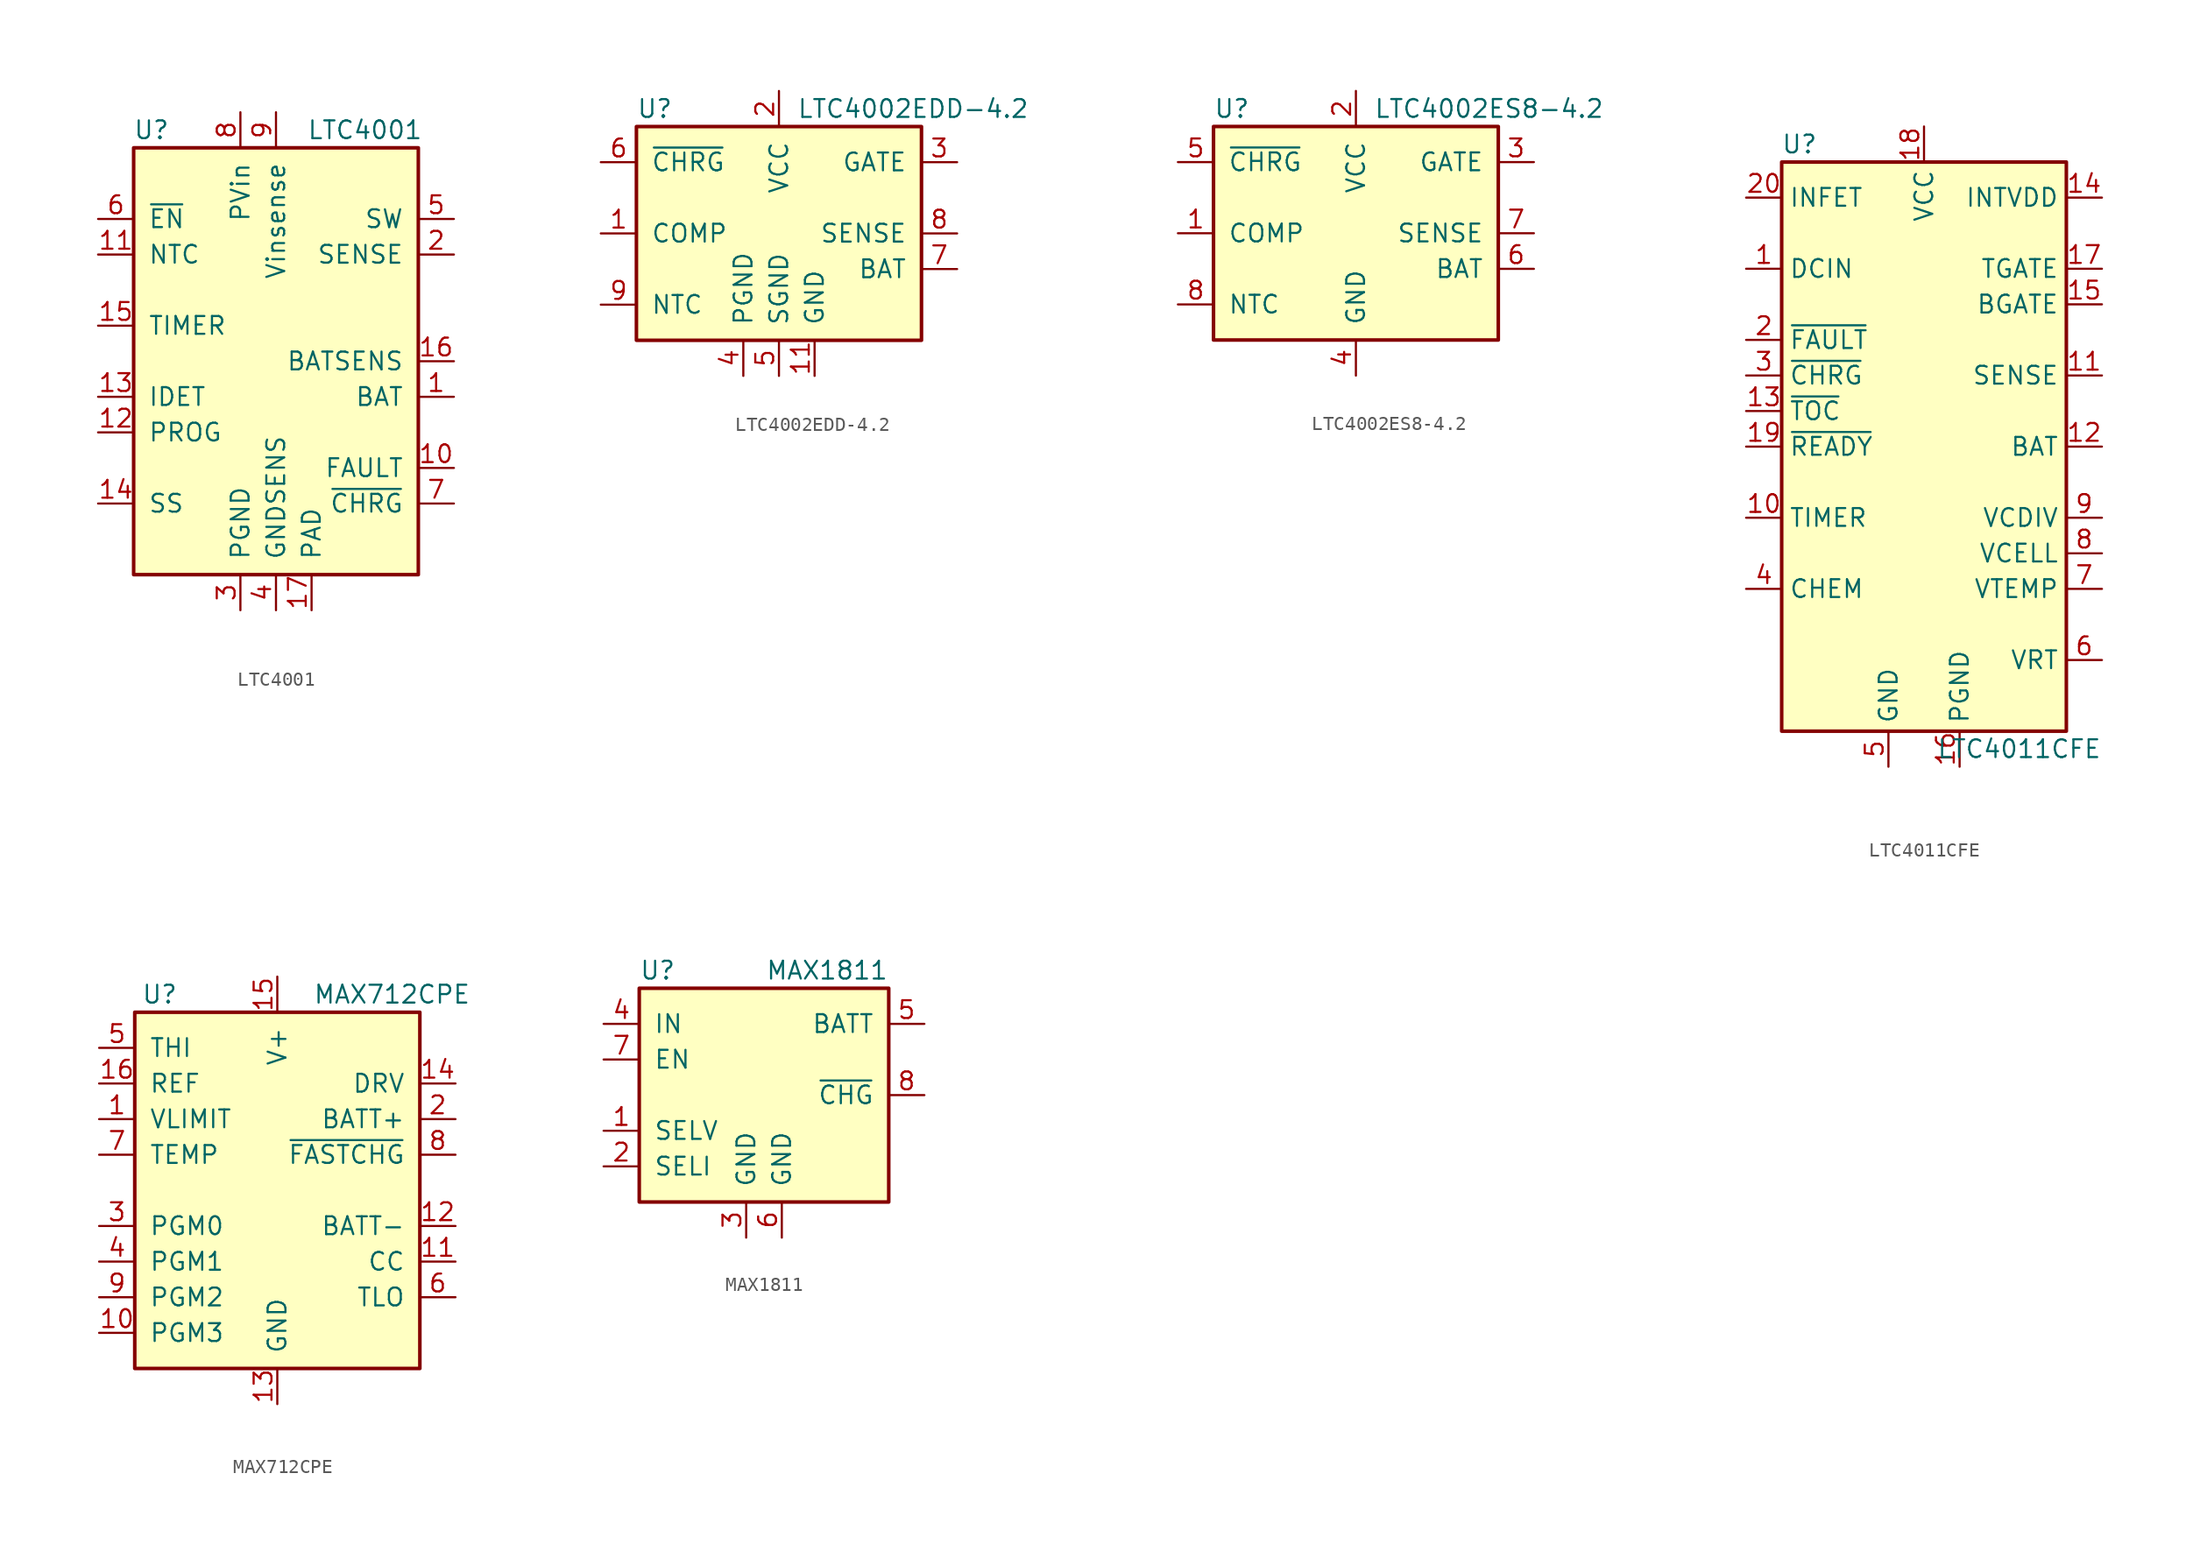
<source format=kicad_sym>
(kicad_symbol_lib
  (version 20220914)
  (generator kicad_symbol_editor)
  (symbol "LTC4001"
    (pin_names
      (offset 1.016))
    (property "Reference" "U"
      (at -8.89 16.51 0)
      (effects (font (size 1.27 1.27))))
    (property "Value" "LTC4001"
      (at 6.35 16.51 0)
      (effects (font (size 1.27 1.27))))
    (symbol "LTC4001_0_1"
      (rectangle (start -10.16 15.24) (end 10.16 -15.24) (stroke (width 0.254) (type default)) (fill (type background))))
    (symbol "LTC4001_1_1"
      (pin output line (at 12.7 -2.54 180) (length 2.54) (name "BAT" (effects (font (size 1.27 1.27)))) (number "1" (effects (font (size 1.27 1.27)))))
      (pin output line (at 12.7 -7.62 180) (length 2.54) (name "FAULT" (effects (font (size 1.27 1.27)))) (number "10" (effects (font (size 1.27 1.27)))))
      (pin input line (at -12.7 7.62 0) (length 2.54) (name "NTC" (effects (font (size 1.27 1.27)))) (number "11" (effects (font (size 1.27 1.27)))))
      (pin input line (at -12.7 -5.08 0) (length 2.54) (name "PROG" (effects (font (size 1.27 1.27)))) (number "12" (effects (font (size 1.27 1.27)))))
      (pin input line (at -12.7 -2.54 0) (length 2.54) (name "IDET" (effects (font (size 1.27 1.27)))) (number "13" (effects (font (size 1.27 1.27)))))
      (pin input line (at -12.7 -10.16 0) (length 2.54) (name "SS" (effects (font (size 1.27 1.27)))) (number "14" (effects (font (size 1.27 1.27)))))
      (pin input line (at -12.7 2.54 0) (length 2.54) (name "TIMER" (effects (font (size 1.27 1.27)))) (number "15" (effects (font (size 1.27 1.27)))))
      (pin input line (at 12.7 0 180) (length 2.54) (name "BATSENS" (effects (font (size 1.27 1.27)))) (number "16" (effects (font (size 1.27 1.27)))))
      (pin power_in line (at 2.54 -17.78 90) (length 2.54) (name "PAD" (effects (font (size 1.27 1.27)))) (number "17" (effects (font (size 1.27 1.27)))))
      (pin input line (at 12.7 7.62 180) (length 2.54) (name "SENSE" (effects (font (size 1.27 1.27)))) (number "2" (effects (font (size 1.27 1.27)))))
      (pin power_in line (at -2.54 -17.78 90) (length 2.54) (name "PGND" (effects (font (size 1.27 1.27)))) (number "3" (effects (font (size 1.27 1.27)))))
      (pin power_in line (at 0 -17.78 90) (length 2.54) (name "GNDSENS" (effects (font (size 1.27 1.27)))) (number "4" (effects (font (size 1.27 1.27)))))
      (pin output line (at 12.7 10.16 180) (length 2.54) (name "SW" (effects (font (size 1.27 1.27)))) (number "5" (effects (font (size 1.27 1.27)))))
      (pin input line (at -12.7 10.16 0) (length 2.54) (name "~{EN}" (effects (font (size 1.27 1.27)))) (number "6" (effects (font (size 1.27 1.27)))))
      (pin open_collector line (at 12.7 -10.16 180) (length 2.54) (name "~{CHRG}" (effects (font (size 1.27 1.27)))) (number "7" (effects (font (size 1.27 1.27)))))
      (pin power_in line (at -2.54 17.78 270) (length 2.54) (name "PVin" (effects (font (size 1.27 1.27)))) (number "8" (effects (font (size 1.27 1.27)))))
      (pin power_in line (at 0 17.78 270) (length 2.54) (name "Vinsense" (effects (font (size 1.27 1.27)))) (number "9" (effects (font (size 1.27 1.27)))))))
  (symbol "LTC4002EDD-4.2"
    (pin_names
      (offset 1.016))
    (property "Reference" "U"
      (at -10.16 8.89 0)
      (effects (font (size 1.27 1.27)) (justify left)))
    (property "Value" "LTC4002EDD-4.2"
      (at 1.27 8.89 0)
      (effects (font (size 1.27 1.27)) (justify left)))
    (symbol "LTC4002EDD-4.2_0_1"
      (rectangle (start 10.16 -7.62) (end -10.16 7.62) (stroke (width 0.254) (type default)) (fill (type background))))
    (symbol "LTC4002EDD-4.2_1_1"
      (pin input line (at -12.7 0 0) (length 2.54) (name "COMP" (effects (font (size 1.27 1.27)))) (number "1" (effects (font (size 1.27 1.27)))))
      (pin no_connect line (at 5.08 -10.16 90) (length 2.54) hide (name "NC" (effects (font (size 1.27 1.27)))) (number "10" (effects (font (size 1.27 1.27)))))
      (pin power_in line (at 2.54 -10.16 90) (length 2.54) (name "GND" (effects (font (size 1.27 1.27)))) (number "11" (effects (font (size 1.27 1.27)))))
      (pin power_in line (at 0 10.16 270) (length 2.54) (name "VCC" (effects (font (size 1.27 1.27)))) (number "2" (effects (font (size 1.27 1.27)))))
      (pin output line (at 12.7 5.08 180) (length 2.54) (name "GATE" (effects (font (size 1.27 1.27)))) (number "3" (effects (font (size 1.27 1.27)))))
      (pin power_in line (at -2.54 -10.16 90) (length 2.54) (name "PGND" (effects (font (size 1.27 1.27)))) (number "4" (effects (font (size 1.27 1.27)))))
      (pin power_in line (at 0 -10.16 90) (length 2.54) (name "SGND" (effects (font (size 1.27 1.27)))) (number "5" (effects (font (size 1.27 1.27)))))
      (pin open_collector line (at -12.7 5.08 0) (length 2.54) (name "~{CHRG}" (effects (font (size 1.27 1.27)))) (number "6" (effects (font (size 1.27 1.27)))))
      (pin input line (at 12.7 -2.54 180) (length 2.54) (name "BAT" (effects (font (size 1.27 1.27)))) (number "7" (effects (font (size 1.27 1.27)))))
      (pin input line (at 12.7 0 180) (length 2.54) (name "SENSE" (effects (font (size 1.27 1.27)))) (number "8" (effects (font (size 1.27 1.27)))))
      (pin input line (at -12.7 -5.08 0) (length 2.54) (name "NTC" (effects (font (size 1.27 1.27)))) (number "9" (effects (font (size 1.27 1.27)))))))
  (symbol "LTC4002ES8-4.2"
    (pin_names
      (offset 1.016))
    (property "Reference" "U"
      (at -10.16 8.89 0)
      (effects (font (size 1.27 1.27)) (justify left)))
    (property "Value" "LTC4002ES8-4.2"
      (at 1.27 8.89 0)
      (effects (font (size 1.27 1.27)) (justify left)))
    (symbol "LTC4002ES8-4.2_0_1"
      (rectangle (start 10.16 -7.62) (end -10.16 7.62) (stroke (width 0.254) (type default)) (fill (type background))))
    (symbol "LTC4002ES8-4.2_1_1"
      (pin input line (at -12.7 0 0) (length 2.54) (name "COMP" (effects (font (size 1.27 1.27)))) (number "1" (effects (font (size 1.27 1.27)))))
      (pin power_in line (at 0 10.16 270) (length 2.54) (name "VCC" (effects (font (size 1.27 1.27)))) (number "2" (effects (font (size 1.27 1.27)))))
      (pin output line (at 12.7 5.08 180) (length 2.54) (name "GATE" (effects (font (size 1.27 1.27)))) (number "3" (effects (font (size 1.27 1.27)))))
      (pin power_in line (at 0 -10.16 90) (length 2.54) (name "GND" (effects (font (size 1.27 1.27)))) (number "4" (effects (font (size 1.27 1.27)))))
      (pin open_collector line (at -12.7 5.08 0) (length 2.54) (name "~{CHRG}" (effects (font (size 1.27 1.27)))) (number "5" (effects (font (size 1.27 1.27)))))
      (pin input line (at 12.7 -2.54 180) (length 2.54) (name "BAT" (effects (font (size 1.27 1.27)))) (number "6" (effects (font (size 1.27 1.27)))))
      (pin input line (at 12.7 0 180) (length 2.54) (name "SENSE" (effects (font (size 1.27 1.27)))) (number "7" (effects (font (size 1.27 1.27)))))
      (pin input line (at -12.7 -5.08 0) (length 2.54) (name "NTC" (effects (font (size 1.27 1.27)))) (number "8" (effects (font (size 1.27 1.27)))))))
  (symbol "LTC4011CFE"
    (property "Reference" "U"
      (at -8.89 21.59 0)
      (effects (font (size 1.27 1.27))))
    (property "Value" "LTC4011CFE"
      (at 12.7 -21.59 0)
      (effects (font (size 1.27 1.27)) (justify right)))
    (symbol "LTC4011CFE_0_1"
      (rectangle (start -10.16 20.32) (end 10.16 -20.32) (stroke (width 0.254) (type default)) (fill (type background))))
    (symbol "LTC4011CFE_1_1"
      (pin input line (at -12.7 12.7 0) (length 2.54) (name "DCIN" (effects (font (size 1.27 1.27)))) (number "1" (effects (font (size 1.27 1.27)))))
      (pin passive line (at -12.7 -5.08 0) (length 2.54) (name "TIMER" (effects (font (size 1.27 1.27)))) (number "10" (effects (font (size 1.27 1.27)))))
      (pin input line (at 12.7 5.08 180) (length 2.54) (name "SENSE" (effects (font (size 1.27 1.27)))) (number "11" (effects (font (size 1.27 1.27)))))
      (pin power_out line (at 12.7 0 180) (length 2.54) (name "BAT" (effects (font (size 1.27 1.27)))) (number "12" (effects (font (size 1.27 1.27)))))
      (pin open_collector line (at -12.7 2.54 0) (length 2.54) (name "~{TOC}" (effects (font (size 1.27 1.27)))) (number "13" (effects (font (size 1.27 1.27)))))
      (pin power_out line (at 12.7 17.78 180) (length 2.54) (name "INTVDD" (effects (font (size 1.27 1.27)))) (number "14" (effects (font (size 1.27 1.27)))))
      (pin output line (at 12.7 10.16 180) (length 2.54) (name "BGATE" (effects (font (size 1.27 1.27)))) (number "15" (effects (font (size 1.27 1.27)))))
      (pin power_in line (at 2.54 -22.86 90) (length 2.54) (name "PGND" (effects (font (size 1.27 1.27)))) (number "16" (effects (font (size 1.27 1.27)))))
      (pin output line (at 12.7 12.7 180) (length 2.54) (name "TGATE" (effects (font (size 1.27 1.27)))) (number "17" (effects (font (size 1.27 1.27)))))
      (pin power_in line (at 0 22.86 270) (length 2.54) (name "VCC" (effects (font (size 1.27 1.27)))) (number "18" (effects (font (size 1.27 1.27)))))
      (pin open_collector line (at -12.7 0 0) (length 2.54) (name "~{READY}" (effects (font (size 1.27 1.27)))) (number "19" (effects (font (size 1.27 1.27)))))
      (pin open_collector line (at -12.7 7.62 0) (length 2.54) (name "~{FAULT}" (effects (font (size 1.27 1.27)))) (number "2" (effects (font (size 1.27 1.27)))))
      (pin output line (at -12.7 17.78 0) (length 2.54) (name "INFET" (effects (font (size 1.27 1.27)))) (number "20" (effects (font (size 1.27 1.27)))))
      (pin passive line (at -2.54 -22.86 90) (length 2.54) hide (name "GND" (effects (font (size 1.27 1.27)))) (number "21" (effects (font (size 1.27 1.27)))))
      (pin open_collector line (at -12.7 5.08 0) (length 2.54) (name "~{CHRG}" (effects (font (size 1.27 1.27)))) (number "3" (effects (font (size 1.27 1.27)))))
      (pin passive line (at -12.7 -10.16 0) (length 2.54) (name "CHEM" (effects (font (size 1.27 1.27)))) (number "4" (effects (font (size 1.27 1.27)))))
      (pin power_in line (at -2.54 -22.86 90) (length 2.54) (name "GND" (effects (font (size 1.27 1.27)))) (number "5" (effects (font (size 1.27 1.27)))))
      (pin output line (at 12.7 -15.24 180) (length 2.54) (name "VRT" (effects (font (size 1.27 1.27)))) (number "6" (effects (font (size 1.27 1.27)))))
      (pin input line (at 12.7 -10.16 180) (length 2.54) (name "VTEMP" (effects (font (size 1.27 1.27)))) (number "7" (effects (font (size 1.27 1.27)))))
      (pin input line (at 12.7 -7.62 180) (length 2.54) (name "VCELL" (effects (font (size 1.27 1.27)))) (number "8" (effects (font (size 1.27 1.27)))))
      (pin output line (at 12.7 -5.08 180) (length 2.54) (name "VCDIV" (effects (font (size 1.27 1.27)))) (number "9" (effects (font (size 1.27 1.27)))))))
  (symbol "MAX712CPE"
    (pin_names
      (offset 1.016))
    (property "Reference" "U"
      (at -8.382 13.97 0)
      (effects (font (size 1.27 1.27))))
    (property "Value" "MAX712CPE"
      (at 2.54 13.97 0)
      (effects (font (size 1.27 1.27)) (justify left)))
    (symbol "MAX712CPE_0_1"
      (rectangle (start -10.16 12.7) (end 10.16 -12.7) (stroke (width 0.254) (type default)) (fill (type background))))
    (symbol "MAX712CPE_1_1"
      (pin input line (at -12.7 5.08 0) (length 2.54) (name "VLIMIT" (effects (font (size 1.27 1.27)))) (number "1" (effects (font (size 1.27 1.27)))))
      (pin input line (at -12.7 -10.16 0) (length 2.54) (name "PGM3" (effects (font (size 1.27 1.27)))) (number "10" (effects (font (size 1.27 1.27)))))
      (pin input line (at 12.7 -5.08 180) (length 2.54) (name "CC" (effects (font (size 1.27 1.27)))) (number "11" (effects (font (size 1.27 1.27)))))
      (pin input line (at 12.7 -2.54 180) (length 2.54) (name "BATT-" (effects (font (size 1.27 1.27)))) (number "12" (effects (font (size 1.27 1.27)))))
      (pin power_in line (at 0 -15.24 90) (length 2.54) (name "GND" (effects (font (size 1.27 1.27)))) (number "13" (effects (font (size 1.27 1.27)))))
      (pin output line (at 12.7 7.62 180) (length 2.54) (name "DRV" (effects (font (size 1.27 1.27)))) (number "14" (effects (font (size 1.27 1.27)))))
      (pin power_in line (at 0 15.24 270) (length 2.54) (name "V+" (effects (font (size 1.27 1.27)))) (number "15" (effects (font (size 1.27 1.27)))))
      (pin power_in line (at -12.7 7.62 0) (length 2.54) (name "REF" (effects (font (size 1.27 1.27)))) (number "16" (effects (font (size 1.27 1.27)))))
      (pin input line (at 12.7 5.08 180) (length 2.54) (name "BATT+" (effects (font (size 1.27 1.27)))) (number "2" (effects (font (size 1.27 1.27)))))
      (pin input line (at -12.7 -2.54 0) (length 2.54) (name "PGM0" (effects (font (size 1.27 1.27)))) (number "3" (effects (font (size 1.27 1.27)))))
      (pin input line (at -12.7 -5.08 0) (length 2.54) (name "PGM1" (effects (font (size 1.27 1.27)))) (number "4" (effects (font (size 1.27 1.27)))))
      (pin input line (at -12.7 10.16 0) (length 2.54) (name "THI" (effects (font (size 1.27 1.27)))) (number "5" (effects (font (size 1.27 1.27)))))
      (pin input line (at 12.7 -7.62 180) (length 2.54) (name "TLO" (effects (font (size 1.27 1.27)))) (number "6" (effects (font (size 1.27 1.27)))))
      (pin input line (at -12.7 2.54 0) (length 2.54) (name "TEMP" (effects (font (size 1.27 1.27)))) (number "7" (effects (font (size 1.27 1.27)))))
      (pin open_collector line (at 12.7 2.54 180) (length 2.54) (name "~{FASTCHG}" (effects (font (size 1.27 1.27)))) (number "8" (effects (font (size 1.27 1.27)))))
      (pin input line (at -12.7 -7.62 0) (length 2.54) (name "PGM2" (effects (font (size 1.27 1.27)))) (number "9" (effects (font (size 1.27 1.27)))))))
  (symbol "MAX1811"
    (pin_names
      (offset 1.016))
    (property "Reference" "U"
      (at -7.62 8.89 0)
      (effects (font (size 1.27 1.27)) (justify left)))
    (property "Value" "MAX1811"
      (at 10.16 8.89 0)
      (effects (font (size 1.27 1.27)) (justify right)))
    (symbol "MAX1811_0_1"
      (rectangle (start -7.62 7.62) (end 10.16 -7.62) (stroke (width 0.254) (type default)) (fill (type background))))
    (symbol "MAX1811_1_1"
      (pin input line (at -10.16 -2.54 0) (length 2.54) (name "SELV" (effects (font (size 1.27 1.27)))) (number "1" (effects (font (size 1.27 1.27)))))
      (pin input line (at -10.16 -5.08 0) (length 2.54) (name "SELI" (effects (font (size 1.27 1.27)))) (number "2" (effects (font (size 1.27 1.27)))))
      (pin power_in line (at 0 -10.16 90) (length 2.54) (name "GND" (effects (font (size 1.27 1.27)))) (number "3" (effects (font (size 1.27 1.27)))))
      (pin power_in line (at -10.16 5.08 0) (length 2.54) (name "IN" (effects (font (size 1.27 1.27)))) (number "4" (effects (font (size 1.27 1.27)))))
      (pin power_out line (at 12.7 5.08 180) (length 2.54) (name "BATT" (effects (font (size 1.27 1.27)))) (number "5" (effects (font (size 1.27 1.27)))))
      (pin power_in line (at 2.54 -10.16 90) (length 2.54) (name "GND" (effects (font (size 1.27 1.27)))) (number "6" (effects (font (size 1.27 1.27)))))
      (pin input line (at -10.16 2.54 0) (length 2.54) (name "EN" (effects (font (size 1.27 1.27)))) (number "7" (effects (font (size 1.27 1.27)))))
      (pin open_collector line (at 12.7 0 180) (length 2.54) (name "~{CHG}" (effects (font (size 1.27 1.27)))) (number "8" (effects (font (size 1.27 1.27))))))))
</source>
